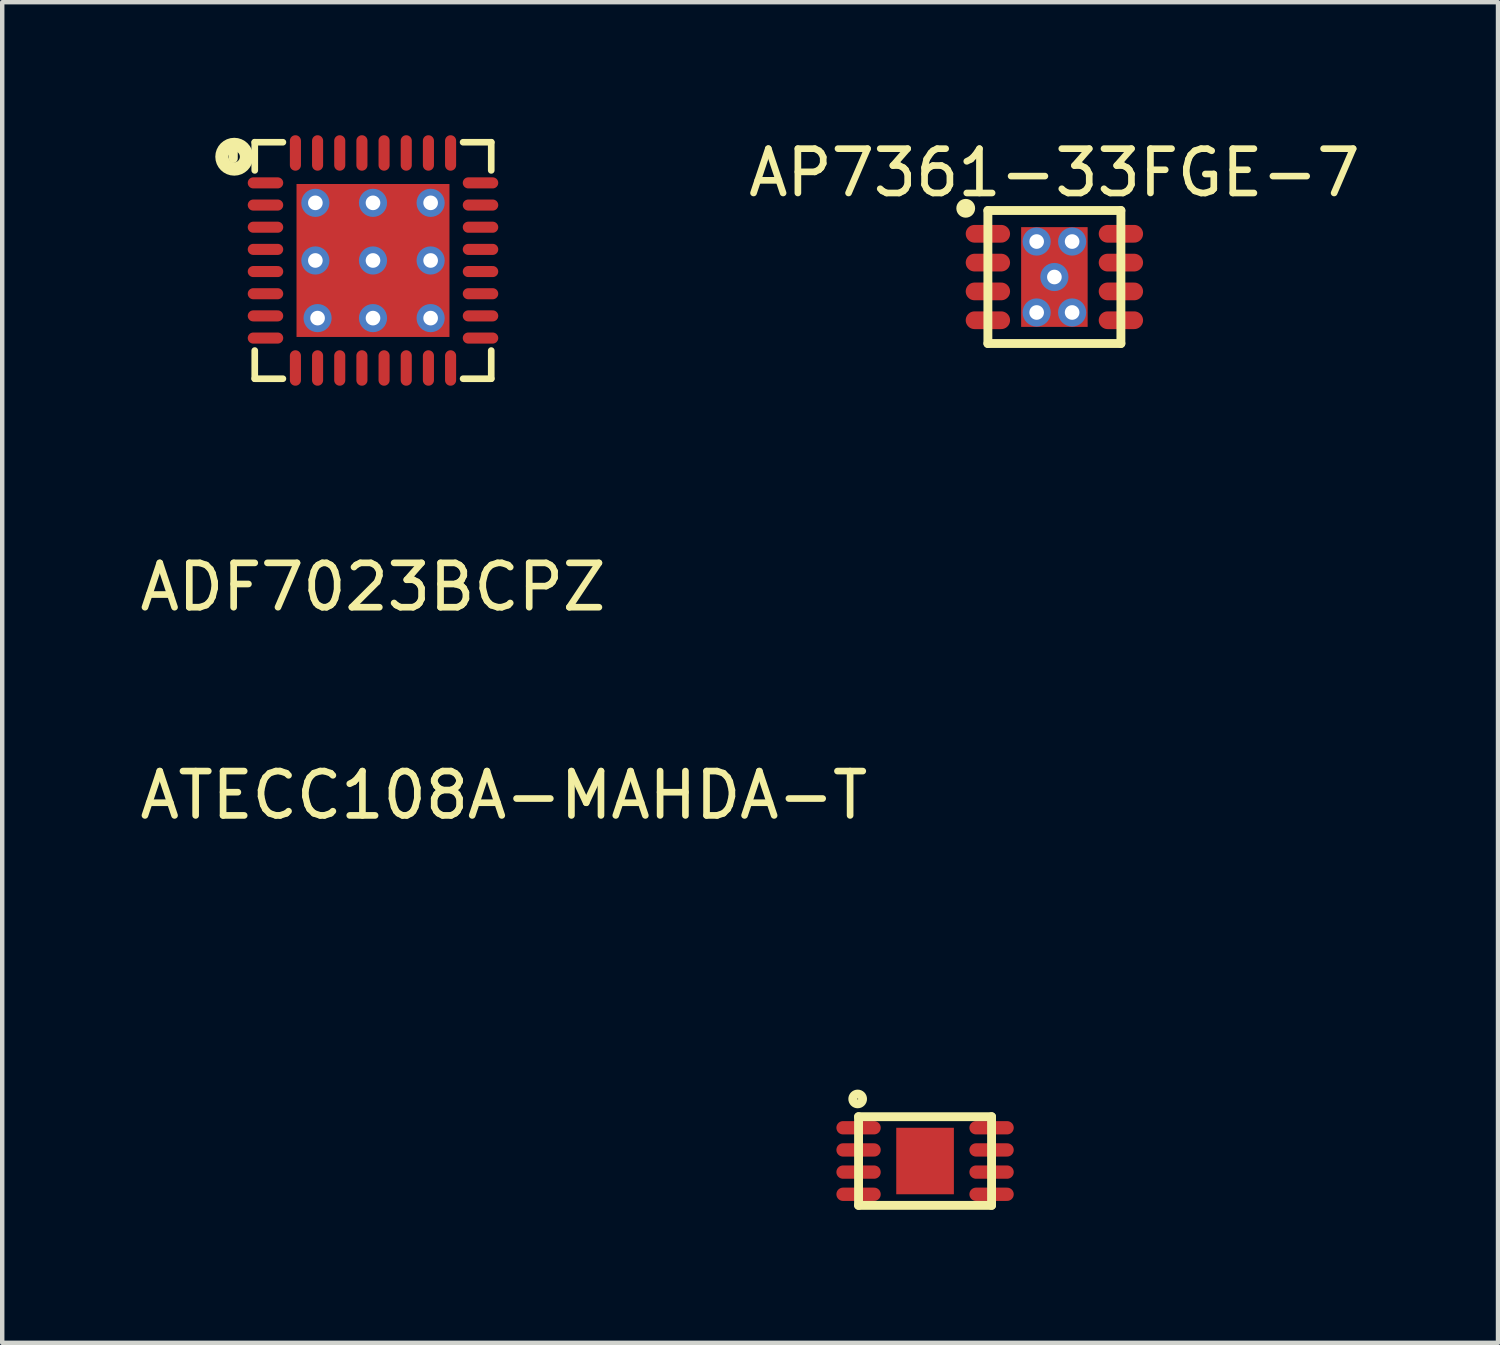
<source format=kicad_pcb>
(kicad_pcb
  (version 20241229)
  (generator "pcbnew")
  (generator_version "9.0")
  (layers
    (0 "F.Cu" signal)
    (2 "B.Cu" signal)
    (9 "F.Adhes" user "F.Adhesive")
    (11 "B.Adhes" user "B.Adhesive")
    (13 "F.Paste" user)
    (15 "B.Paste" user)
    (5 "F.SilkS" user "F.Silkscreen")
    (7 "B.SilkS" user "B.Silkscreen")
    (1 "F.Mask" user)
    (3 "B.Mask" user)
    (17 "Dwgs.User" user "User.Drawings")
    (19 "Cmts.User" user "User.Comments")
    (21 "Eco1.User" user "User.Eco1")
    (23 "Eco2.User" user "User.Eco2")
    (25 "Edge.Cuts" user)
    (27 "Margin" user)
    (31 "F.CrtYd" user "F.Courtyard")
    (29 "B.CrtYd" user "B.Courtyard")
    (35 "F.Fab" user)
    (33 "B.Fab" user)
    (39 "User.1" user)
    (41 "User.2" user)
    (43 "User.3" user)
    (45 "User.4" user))
  (footprint "AP7361-33FGE-7"
    (layer "F.Cu")
    (at 20.732 3.198)
    (property "Reference" "AP7361-33FGE-7" (at 0 -2.35 0) (layer "F.SilkS") (effects (font (size 1 1) (thickness 0.15))))
    (attr through_hole)
    (fp_line (start -2 -1.55) (end -2 -1.55) (stroke (width 0.2) (type solid)) (layer "F.SilkS"))
    (fp_line (start -1.5 -1.5) (end 1.5 -1.5) (stroke (width 0.2) (type solid)) (layer "F.SilkS"))
    (fp_line (start -1.5 1.5) (end -1.5 -1.5) (stroke (width 0.2) (type solid)) (layer "F.SilkS"))
    (fp_line (start 1.5 -1.5) (end 1.5 1.5) (stroke (width 0.2) (type solid)) (layer "F.SilkS"))
    (fp_line (start 1.5 1.5) (end -1.5 1.5) (stroke (width 0.2) (type solid)) (layer "F.SilkS"))
    (fp_circle (center -2 -1.55) (end -1.95 -1.45) (stroke (width 0.2) (type solid)) (fill no) (layer "F.SilkS"))
    (pad "1" smd oval (at -1.5 -0.975) (size 1 0.4) (layers "F.Cu" "F.Mask" "F.Paste"))
    (pad "2" smd oval (at -1.5 -0.325) (size 1 0.4) (layers "F.Cu" "F.Mask" "F.Paste"))
    (pad "3" smd oval (at -1.5 0.325) (size 1 0.4) (layers "F.Cu" "F.Mask" "F.Paste"))
    (pad "4" smd oval (at -1.5 0.975) (size 1 0.4) (layers "F.Cu" "F.Mask" "F.Paste"))
    (pad "5" smd oval (at 1.5 0.975) (size 1 0.4) (layers "F.Cu" "F.Mask" "F.Paste"))
    (pad "6" smd oval (at 1.5 0.325) (size 1 0.4) (layers "F.Cu" "F.Mask" "F.Paste"))
    (pad "7" smd oval (at 1.5 -0.325) (size 1 0.4) (layers "F.Cu" "F.Mask" "F.Paste"))
    (pad "8" smd oval (at 1.5 -0.975) (size 1 0.4) (layers "F.Cu" "F.Mask" "F.Paste"))
    (pad "9" thru_hole circle (at -0.4 -0.8) (size 0.635 0.635) (drill 0.33) (layers "*.Cu" "*.Mask"))
    (pad "9" thru_hole circle (at -0.4 0.8) (size 0.635 0.635) (drill 0.33) (layers "*.Cu" "*.Mask"))
    (pad "9" thru_hole circle (at 0 0) (size 0.635 0.635) (drill 0.33) (layers "*.Cu" "*.Mask"))
    (pad "9" smd rect (at 0 0) (size 1.5 2.25) (layers "F.Cu" "F.Mask" "F.Paste"))
    (pad "9" thru_hole circle (at 0.4 -0.8) (size 0.635 0.635) (drill 0.33) (layers "*.Cu" "*.Mask"))
    (pad "9" thru_hole circle (at 0.4 0.8) (size 0.635 0.635) (drill 0.33) (layers "*.Cu" "*.Mask")))
  (footprint "ATECC108A-MAHDA-T"
    (layer "F.Cu")
    (at 17.815 23.137)
    (property "Reference" "ATECC108A-MAHDA-T" (at -9.5 -8.25 0) (layer "F.SilkS") (effects (font (size 1 1) (thickness 0.15))))
    (attr through_hole)
    (fp_line (start -1.5 -1) (end 1.5 -1) (stroke (width 0.2) (type solid)) (layer "F.SilkS"))
    (fp_line (start -1.5 1) (end -1.5 -1) (stroke (width 0.2) (type solid)) (layer "F.SilkS"))
    (fp_line (start 1.5 -1) (end 1.5 1) (stroke (width 0.2) (type solid)) (layer "F.SilkS"))
    (fp_line (start 1.5 1) (end -1.5 1) (stroke (width 0.2) (type solid)) (layer "F.SilkS"))
    (fp_circle (center -1.52 -1.4) (end -1.51 -1.51) (stroke (width 0.2) (type solid)) (fill no) (layer "F.SilkS"))
    (pad "1" smd oval (at -1.5 -0.75) (size 1 0.3) (layers "F.Cu" "F.Mask" "F.Paste"))
    (pad "2" smd oval (at -1.5 -0.25) (size 1 0.3) (layers "F.Cu" "F.Mask" "F.Paste"))
    (pad "3" smd oval (at -1.5 0.25) (size 1 0.3) (layers "F.Cu" "F.Mask" "F.Paste"))
    (pad "4" smd oval (at -1.5 0.75) (size 1 0.3) (layers "F.Cu" "F.Mask" "F.Paste"))
    (pad "5" smd oval (at 1.5 0.75) (size 1 0.3) (layers "F.Cu" "F.Mask" "F.Paste"))
    (pad "6" smd oval (at 1.5 0.25) (size 1 0.3) (layers "F.Cu" "F.Mask" "F.Paste"))
    (pad "7" smd oval (at 1.5 -0.25) (size 1 0.3) (layers "F.Cu" "F.Mask" "F.Paste"))
    (pad "8" smd oval (at 1.5 -0.75) (size 1 0.3) (layers "F.Cu" "F.Mask" "F.Paste"))
    (pad "9" smd rect (at 0 0) (size 1.3 1.5) (layers "F.Cu" "F.Mask" "F.Paste")))
  (footprint "ADF7023BCPZ"
    (layer "F.Cu")
    (at 5.363 2.825)
    (property "Reference" "ADF7023BCPZ" (at 0 7.366 0) (layer "F.SilkS") (effects (font (size 1 1) (thickness 0.15))))
    (attr through_hole)
    (fp_line (start -3.15 -2.45) (end -3.15 -2.3) (stroke (width 0.2) (type solid)) (layer "F.SilkS"))
    (fp_line (start -2.667 -2.667) (end -2.667 -2.032) (stroke (width 0.15) (type solid)) (layer "F.SilkS"))
    (fp_line (start -2.667 2.667) (end -2.667 2.032) (stroke (width 0.15) (type solid)) (layer "F.SilkS"))
    (fp_line (start -2.032 -2.667) (end -2.667 -2.667) (stroke (width 0.15) (type solid)) (layer "F.SilkS"))
    (fp_line (start -2.032 2.667) (end -2.667 2.667) (stroke (width 0.15) (type solid)) (layer "F.SilkS"))
    (fp_line (start 2.032 -2.667) (end 2.667 -2.667) (stroke (width 0.15) (type solid)) (layer "F.SilkS"))
    (fp_line (start 2.667 -2.667) (end 2.667 -2.032) (stroke (width 0.15) (type solid)) (layer "F.SilkS"))
    (fp_line (start 2.667 2.032) (end 2.667 2.667) (stroke (width 0.15) (type solid)) (layer "F.SilkS"))
    (fp_line (start 2.667 2.667) (end 2.032 2.667) (stroke (width 0.15) (type solid)) (layer "F.SilkS"))
    (fp_circle (center -3.13 -2.34) (end -3.003 -2.34) (stroke (width 0.3) (type solid)) (fill no) (layer "F.SilkS"))
    (pad "1" smd oval (at -2.425 -1.75) (size 0.8 0.25) (layers "F.Cu" "F.Mask" "F.Paste"))
    (pad "2" smd oval (at -2.425 -1.25) (size 0.8 0.25) (layers "F.Cu" "F.Mask" "F.Paste"))
    (pad "3" smd oval (at -2.425 -0.75) (size 0.8 0.25) (layers "F.Cu" "F.Mask" "F.Paste"))
    (pad "4" smd oval (at -2.425 -0.25) (size 0.8 0.25) (layers "F.Cu" "F.Mask" "F.Paste"))
    (pad "5" smd oval (at -2.425 0.25) (size 0.8 0.25) (layers "F.Cu" "F.Mask" "F.Paste"))
    (pad "6" smd oval (at -2.425 0.75) (size 0.8 0.25) (layers "F.Cu" "F.Mask" "F.Paste"))
    (pad "7" smd oval (at -2.425 1.25) (size 0.8 0.25) (layers "F.Cu" "F.Mask" "F.Paste"))
    (pad "8" smd oval (at -2.425 1.75) (size 0.8 0.25) (layers "F.Cu" "F.Mask" "F.Paste"))
    (pad "9" smd oval (at -1.75 2.425) (size 0.25 0.8) (layers "F.Cu" "F.Mask" "F.Paste"))
    (pad "10" smd oval (at -1.25 2.425) (size 0.25 0.8) (layers "F.Cu" "F.Mask" "F.Paste"))
    (pad "11" smd oval (at -0.75 2.425) (size 0.25 0.8) (layers "F.Cu" "F.Mask" "F.Paste"))
    (pad "12" smd oval (at -0.25 2.425) (size 0.25 0.8) (layers "F.Cu" "F.Mask" "F.Paste"))
    (pad "13" smd oval (at 0.25 2.425) (size 0.25 0.8) (layers "F.Cu" "F.Mask" "F.Paste"))
    (pad "14" smd oval (at 0.75 2.425) (size 0.25 0.8) (layers "F.Cu" "F.Mask" "F.Paste"))
    (pad "15" smd oval (at 1.25 2.425) (size 0.25 0.8) (layers "F.Cu" "F.Mask" "F.Paste"))
    (pad "16" smd oval (at 1.75 2.425) (size 0.25 0.8) (layers "F.Cu" "F.Mask" "F.Paste"))
    (pad "17" smd oval (at 2.425 1.75) (size 0.8 0.25) (layers "F.Cu" "F.Mask" "F.Paste"))
    (pad "18" smd oval (at 2.425 1.25) (size 0.8 0.25) (layers "F.Cu" "F.Mask" "F.Paste"))
    (pad "19" smd oval (at 2.425 0.75) (size 0.8 0.25) (layers "F.Cu" "F.Mask" "F.Paste"))
    (pad "20" smd oval (at 2.425 0.25) (size 0.8 0.25) (layers "F.Cu" "F.Mask" "F.Paste"))
    (pad "21" smd oval (at 2.425 -0.25) (size 0.8 0.25) (layers "F.Cu" "F.Mask" "F.Paste"))
    (pad "22" smd oval (at 2.425 -0.75) (size 0.8 0.25) (layers "F.Cu" "F.Mask" "F.Paste"))
    (pad "23" smd oval (at 2.425 -1.25) (size 0.8 0.25) (layers "F.Cu" "F.Mask" "F.Paste"))
    (pad "24" smd oval (at 2.425 -1.75) (size 0.8 0.25) (layers "F.Cu" "F.Mask" "F.Paste"))
    (pad "25" smd oval (at 1.75 -2.425) (size 0.25 0.8) (layers "F.Cu" "F.Mask" "F.Paste"))
    (pad "26" smd oval (at 1.25 -2.425) (size 0.25 0.8) (layers "F.Cu" "F.Mask" "F.Paste"))
    (pad "27" smd oval (at 0.75 -2.425) (size 0.25 0.8) (layers "F.Cu" "F.Mask" "F.Paste"))
    (pad "28" smd oval (at 0.25 -2.425) (size 0.25 0.8) (layers "F.Cu" "F.Mask" "F.Paste"))
    (pad "29" smd oval (at -0.25 -2.425) (size 0.25 0.8) (layers "F.Cu" "F.Mask" "F.Paste"))
    (pad "30" smd oval (at -0.75 -2.425) (size 0.25 0.8) (layers "F.Cu" "F.Mask" "F.Paste"))
    (pad "31" smd oval (at -1.25 -2.425) (size 0.25 0.8) (layers "F.Cu" "F.Mask" "F.Paste"))
    (pad "32" smd oval (at -1.75 -2.425) (size 0.25 0.8) (layers "F.Cu" "F.Mask" "F.Paste"))
    (pad "33" thru_hole circle (at -1.3 -1.3) (size 0.635 0.635) (drill 0.33) (layers "*.Cu" "*.Mask"))
    (pad "33" thru_hole circle (at -1.3 0) (size 0.635 0.635) (drill 0.33) (layers "*.Cu" "*.Mask"))
    (pad "33" thru_hole circle (at -1.25 1.3) (size 0.635 0.635) (drill 0.33) (layers "*.Cu" "*.Mask"))
    (pad "33" thru_hole circle (at 0 -1.3) (size 0.635 0.635) (drill 0.33) (layers "*.Cu" "*.Mask"))
    (pad "33" thru_hole circle (at 0 0) (size 0.635 0.635) (drill 0.33) (layers "*.Cu" "*.Mask"))
    (pad "33" smd rect (at 0 0) (size 3.45 3.45) (layers "F.Cu" "F.Mask" "F.Paste"))
    (pad "33" thru_hole circle (at 0 1.3) (size 0.635 0.635) (drill 0.33) (layers "*.Cu" "*.Mask"))
    (pad "33" thru_hole circle (at 1.3 -1.3) (size 0.635 0.635) (drill 0.33) (layers "*.Cu" "*.Mask"))
    (pad "33" thru_hole circle (at 1.3 0) (size 0.635 0.635) (drill 0.33) (layers "*.Cu" "*.Mask"))
    (pad "33" thru_hole circle (at 1.3 1.3) (size 0.635 0.635) (drill 0.33) (layers "*.Cu" "*.Mask")))
  (gr_rect
    (start -3 -3)
    (end 30.738 27.238)
    (stroke (width 0.1) (type default))
    (fill no)
    (layer "Edge.Cuts")))
</source>
